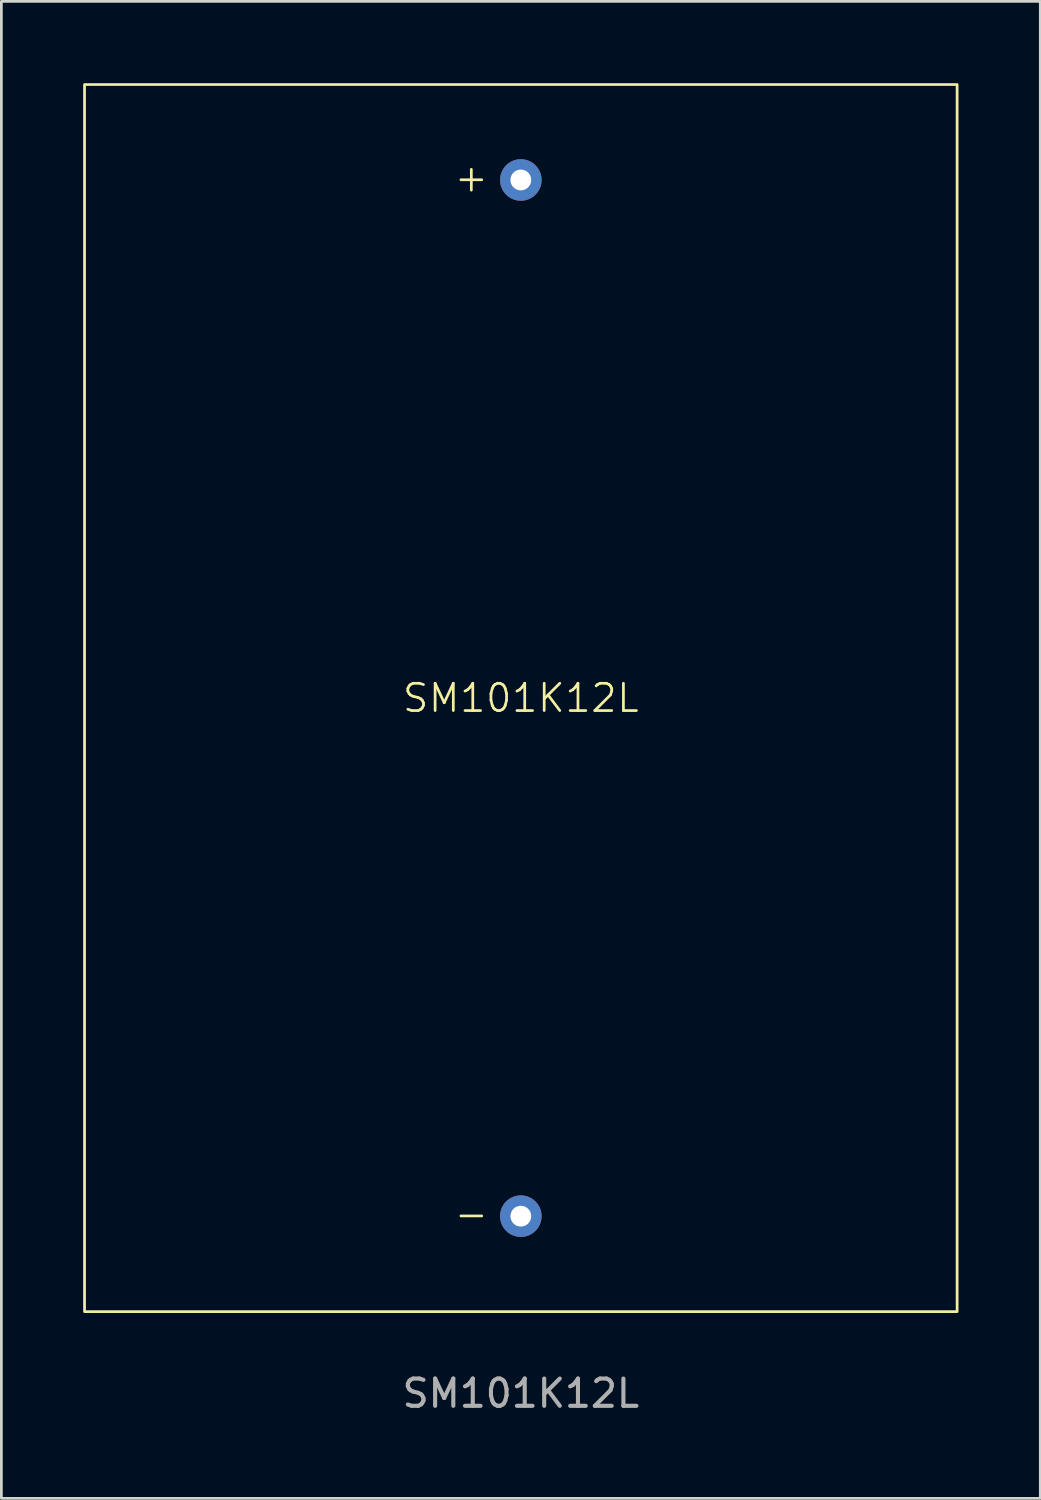
<source format=kicad_pcb>
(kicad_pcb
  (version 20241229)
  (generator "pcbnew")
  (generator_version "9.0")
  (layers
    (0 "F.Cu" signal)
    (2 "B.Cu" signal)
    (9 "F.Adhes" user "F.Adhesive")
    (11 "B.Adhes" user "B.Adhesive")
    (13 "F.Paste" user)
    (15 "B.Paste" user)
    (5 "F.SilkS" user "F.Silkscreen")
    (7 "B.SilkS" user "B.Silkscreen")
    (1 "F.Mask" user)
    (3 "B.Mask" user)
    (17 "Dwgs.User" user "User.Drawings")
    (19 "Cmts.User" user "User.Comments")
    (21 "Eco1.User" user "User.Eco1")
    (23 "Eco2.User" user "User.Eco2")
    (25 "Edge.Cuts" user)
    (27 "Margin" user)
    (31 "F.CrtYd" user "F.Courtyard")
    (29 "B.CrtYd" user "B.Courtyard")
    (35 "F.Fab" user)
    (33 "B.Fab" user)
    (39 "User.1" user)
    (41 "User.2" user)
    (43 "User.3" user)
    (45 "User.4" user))
  (footprint "SM101K12L"
    (layer "F.Cu")
    (at 16.05 22.55)
    (property "Reference" "SM101K12L" (at 0 0 0) (unlocked yes) (layer "F.SilkS") (effects (font (size 1 1) (thickness 0.1))))
    (attr through_hole)
    (fp_rect (start -16 -22.5) (end 16 22.5) (stroke (width 0.1) (type default)) (fill no) (layer "F.SilkS"))
    (fp_text user "+" (at -2.5 -18.5 0) (unlocked yes) (layer "F.SilkS") (effects (font (size 1 1) (thickness 0.1)) (justify left bottom)))
    (fp_text user "-" (at -2.5 19.5 0) (unlocked yes) (layer "F.SilkS") (effects (font (size 1 1) (thickness 0.1)) (justify left bottom)))
    (fp_text user "${REFERENCE}" (at 0 25.5 0) (unlocked yes) (layer "F.Fab") (effects (font (size 1 1) (thickness 0.15))))
    (pad "1" thru_hole circle (at 0 -19) (size 1.524 1.524) (drill 0.762) (layers "*.Cu" "*.Mask"))
    (pad "2" thru_hole circle (at 0 19) (size 1.524 1.524) (drill 0.762) (layers "*.Cu" "*.Mask")))
  (gr_rect
    (start -3 -3)
    (end 35.1 51.898)
    (stroke (width 0.1) (type default))
    (fill no)
    (layer "Edge.Cuts")))
</source>
